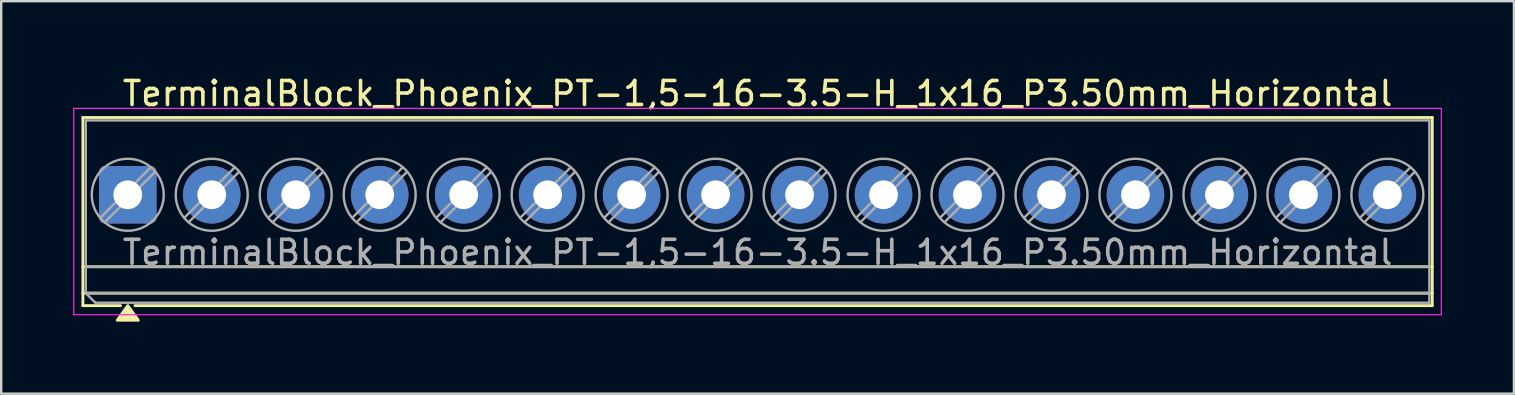
<source format=kicad_pcb>
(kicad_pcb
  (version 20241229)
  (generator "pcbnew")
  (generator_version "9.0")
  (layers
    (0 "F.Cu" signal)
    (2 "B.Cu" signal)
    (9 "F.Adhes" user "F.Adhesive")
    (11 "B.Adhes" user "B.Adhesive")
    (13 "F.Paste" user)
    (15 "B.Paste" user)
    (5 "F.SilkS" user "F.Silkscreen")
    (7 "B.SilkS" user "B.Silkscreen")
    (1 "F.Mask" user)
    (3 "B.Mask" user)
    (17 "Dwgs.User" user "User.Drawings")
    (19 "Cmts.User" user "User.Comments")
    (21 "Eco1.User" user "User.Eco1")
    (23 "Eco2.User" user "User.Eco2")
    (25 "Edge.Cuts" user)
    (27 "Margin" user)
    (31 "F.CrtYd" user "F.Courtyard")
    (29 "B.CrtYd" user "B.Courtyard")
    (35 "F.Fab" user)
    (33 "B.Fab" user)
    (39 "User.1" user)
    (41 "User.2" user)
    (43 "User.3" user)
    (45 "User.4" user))
  (footprint "TerminalBlock_Phoenix_PT-1,5-16-3.5-H_1x16_P3.50mm_Horizontal"
    (layer "F.Cu")
    (at 2.275 5.068)
    (property "Reference" "TerminalBlock_Phoenix_PT-1,5-16-3.5-H_1x16_P3.50mm_Horizontal" (at 26.25 -4.22 0) (layer "F.SilkS") (effects (font (size 1 1) (thickness 0.15))))
    (attr through_hole)
    (fp_line (start -1.87 -3.22) (end -1.87 4.62) (stroke (width 0.12) (type solid)) (layer "F.SilkS"))
    (fp_line (start -1.87 -3.22) (end 54.37 -3.22) (stroke (width 0.12) (type solid)) (layer "F.SilkS"))
    (fp_line (start -1.87 3) (end 54.37 3) (stroke (width 0.12) (type solid)) (layer "F.SilkS"))
    (fp_line (start -1.87 4.1) (end 54.37 4.1) (stroke (width 0.12) (type solid)) (layer "F.SilkS"))
    (fp_line (start -1.87 4.62) (end -0.3 4.62) (stroke (width 0.12) (type solid)) (layer "F.SilkS"))
    (fp_line (start 0.3 4.62) (end 54.37 4.62) (stroke (width 0.12) (type solid)) (layer "F.SilkS"))
    (fp_line (start 54.37 -3.22) (end 54.37 4.62) (stroke (width 0.12) (type solid)) (layer "F.SilkS"))
    (fp_poly (pts (xy 0 4.62) (xy 0.44 5.23) (xy -0.44 5.23)) (stroke (width 0.12) (type solid)) (fill yes) (layer "F.SilkS"))
    (fp_line (start -2.25 -3.6) (end -2.25 5) (stroke (width 0.05) (type solid)) (layer "F.CrtYd"))
    (fp_line (start -2.25 5) (end 54.75 5) (stroke (width 0.05) (type solid)) (layer "F.CrtYd"))
    (fp_line (start 54.75 -3.6) (end -2.25 -3.6) (stroke (width 0.05) (type solid)) (layer "F.CrtYd"))
    (fp_line (start 54.75 5) (end 54.75 -3.6) (stroke (width 0.05) (type solid)) (layer "F.CrtYd"))
    (fp_line (start -1.75 -3.1) (end 54.25 -3.1) (stroke (width 0.1) (type solid)) (layer "F.Fab"))
    (fp_line (start -1.75 3) (end 54.25 3) (stroke (width 0.1) (type solid)) (layer "F.Fab"))
    (fp_line (start -1.75 4.1) (end -1.75 -3.1) (stroke (width 0.1) (type solid)) (layer "F.Fab"))
    (fp_line (start -1.75 4.1) (end 54.25 4.1) (stroke (width 0.1) (type solid)) (layer "F.Fab"))
    (fp_line (start -1.35 4.5) (end -1.75 4.1) (stroke (width 0.1) (type solid)) (layer "F.Fab"))
    (fp_line (start 0.955 -1.138) (end -1.138 0.954) (stroke (width 0.1) (type solid)) (layer "F.Fab"))
    (fp_line (start 1.138 -0.954) (end -0.955 1.137) (stroke (width 0.1) (type solid)) (layer "F.Fab"))
    (fp_line (start 4.455 -1.138) (end 2.362 0.954) (stroke (width 0.1) (type solid)) (layer "F.Fab"))
    (fp_line (start 4.638 -0.954) (end 2.545 1.137) (stroke (width 0.1) (type solid)) (layer "F.Fab"))
    (fp_line (start 7.955 -1.138) (end 5.862 0.954) (stroke (width 0.1) (type solid)) (layer "F.Fab"))
    (fp_line (start 8.138 -0.954) (end 6.045 1.137) (stroke (width 0.1) (type solid)) (layer "F.Fab"))
    (fp_line (start 11.455 -1.138) (end 9.362 0.954) (stroke (width 0.1) (type solid)) (layer "F.Fab"))
    (fp_line (start 11.638 -0.954) (end 9.545 1.137) (stroke (width 0.1) (type solid)) (layer "F.Fab"))
    (fp_line (start 14.955 -1.138) (end 12.862 0.954) (stroke (width 0.1) (type solid)) (layer "F.Fab"))
    (fp_line (start 15.138 -0.954) (end 13.045 1.137) (stroke (width 0.1) (type solid)) (layer "F.Fab"))
    (fp_line (start 18.455 -1.138) (end 16.362 0.954) (stroke (width 0.1) (type solid)) (layer "F.Fab"))
    (fp_line (start 18.638 -0.954) (end 16.545 1.137) (stroke (width 0.1) (type solid)) (layer "F.Fab"))
    (fp_line (start 21.955 -1.138) (end 19.862 0.954) (stroke (width 0.1) (type solid)) (layer "F.Fab"))
    (fp_line (start 22.138 -0.954) (end 20.045 1.137) (stroke (width 0.1) (type solid)) (layer "F.Fab"))
    (fp_line (start 25.455 -1.138) (end 23.362 0.954) (stroke (width 0.1) (type solid)) (layer "F.Fab"))
    (fp_line (start 25.638 -0.954) (end 23.545 1.137) (stroke (width 0.1) (type solid)) (layer "F.Fab"))
    (fp_line (start 28.955 -1.138) (end 26.862 0.954) (stroke (width 0.1) (type solid)) (layer "F.Fab"))
    (fp_line (start 29.138 -0.954) (end 27.045 1.137) (stroke (width 0.1) (type solid)) (layer "F.Fab"))
    (fp_line (start 32.455 -1.138) (end 30.362 0.954) (stroke (width 0.1) (type solid)) (layer "F.Fab"))
    (fp_line (start 32.638 -0.954) (end 30.545 1.137) (stroke (width 0.1) (type solid)) (layer "F.Fab"))
    (fp_line (start 35.955 -1.138) (end 33.862 0.954) (stroke (width 0.1) (type solid)) (layer "F.Fab"))
    (fp_line (start 36.138 -0.954) (end 34.045 1.137) (stroke (width 0.1) (type solid)) (layer "F.Fab"))
    (fp_line (start 39.455 -1.138) (end 37.362 0.954) (stroke (width 0.1) (type solid)) (layer "F.Fab"))
    (fp_line (start 39.638 -0.954) (end 37.545 1.137) (stroke (width 0.1) (type solid)) (layer "F.Fab"))
    (fp_line (start 42.955 -1.138) (end 40.862 0.954) (stroke (width 0.1) (type solid)) (layer "F.Fab"))
    (fp_line (start 43.138 -0.954) (end 41.045 1.137) (stroke (width 0.1) (type solid)) (layer "F.Fab"))
    (fp_line (start 46.455 -1.138) (end 44.362 0.954) (stroke (width 0.1) (type solid)) (layer "F.Fab"))
    (fp_line (start 46.638 -0.954) (end 44.545 1.137) (stroke (width 0.1) (type solid)) (layer "F.Fab"))
    (fp_line (start 49.955 -1.138) (end 47.862 0.954) (stroke (width 0.1) (type solid)) (layer "F.Fab"))
    (fp_line (start 50.138 -0.954) (end 48.045 1.137) (stroke (width 0.1) (type solid)) (layer "F.Fab"))
    (fp_line (start 53.455 -1.138) (end 51.362 0.954) (stroke (width 0.1) (type solid)) (layer "F.Fab"))
    (fp_line (start 53.638 -0.954) (end 51.545 1.137) (stroke (width 0.1) (type solid)) (layer "F.Fab"))
    (fp_line (start 54.25 -3.1) (end 54.25 4.5) (stroke (width 0.1) (type solid)) (layer "F.Fab"))
    (fp_line (start 54.25 4.5) (end -1.35 4.5) (stroke (width 0.1) (type solid)) (layer "F.Fab"))
    (fp_circle (center 0 0) (end 1.5 0) (stroke (width 0.1) (type solid)) (fill no) (layer "F.Fab"))
    (fp_circle (center 3.5 0) (end 5 0) (stroke (width 0.1) (type solid)) (fill no) (layer "F.Fab"))
    (fp_circle (center 7 0) (end 8.5 0) (stroke (width 0.1) (type solid)) (fill no) (layer "F.Fab"))
    (fp_circle (center 10.5 0) (end 12 0) (stroke (width 0.1) (type solid)) (fill no) (layer "F.Fab"))
    (fp_circle (center 14 0) (end 15.5 0) (stroke (width 0.1) (type solid)) (fill no) (layer "F.Fab"))
    (fp_circle (center 17.5 0) (end 19 0) (stroke (width 0.1) (type solid)) (fill no) (layer "F.Fab"))
    (fp_circle (center 21 0) (end 22.5 0) (stroke (width 0.1) (type solid)) (fill no) (layer "F.Fab"))
    (fp_circle (center 24.5 0) (end 26 0) (stroke (width 0.1) (type solid)) (fill no) (layer "F.Fab"))
    (fp_circle (center 28 0) (end 29.5 0) (stroke (width 0.1) (type solid)) (fill no) (layer "F.Fab"))
    (fp_circle (center 31.5 0) (end 33 0) (stroke (width 0.1) (type solid)) (fill no) (layer "F.Fab"))
    (fp_circle (center 35 0) (end 36.5 0) (stroke (width 0.1) (type solid)) (fill no) (layer "F.Fab"))
    (fp_circle (center 38.5 0) (end 40 0) (stroke (width 0.1) (type solid)) (fill no) (layer "F.Fab"))
    (fp_circle (center 42 0) (end 43.5 0) (stroke (width 0.1) (type solid)) (fill no) (layer "F.Fab"))
    (fp_circle (center 45.5 0) (end 47 0) (stroke (width 0.1) (type solid)) (fill no) (layer "F.Fab"))
    (fp_circle (center 49 0) (end 50.5 0) (stroke (width 0.1) (type solid)) (fill no) (layer "F.Fab"))
    (fp_circle (center 52.5 0) (end 54 0) (stroke (width 0.1) (type solid)) (fill no) (layer "F.Fab"))
    (fp_text user "${REFERENCE}" (at 26.25 2.4 0) (layer "F.Fab") (effects (font (size 1 1) (thickness 0.15))))
    (pad "1" thru_hole roundrect (at 0 0) (size 2.4 2.4) (drill 1.2) (layers "*.Cu" "*.Mask") (roundrect_rratio 0.104))
    (pad "2" thru_hole circle (at 3.5 0) (size 2.4 2.4) (drill 1.2) (layers "*.Cu" "*.Mask"))
    (pad "3" thru_hole circle (at 7 0) (size 2.4 2.4) (drill 1.2) (layers "*.Cu" "*.Mask"))
    (pad "4" thru_hole circle (at 10.5 0) (size 2.4 2.4) (drill 1.2) (layers "*.Cu" "*.Mask"))
    (pad "5" thru_hole circle (at 14 0) (size 2.4 2.4) (drill 1.2) (layers "*.Cu" "*.Mask"))
    (pad "6" thru_hole circle (at 17.5 0) (size 2.4 2.4) (drill 1.2) (layers "*.Cu" "*.Mask"))
    (pad "7" thru_hole circle (at 21 0) (size 2.4 2.4) (drill 1.2) (layers "*.Cu" "*.Mask"))
    (pad "8" thru_hole circle (at 24.5 0) (size 2.4 2.4) (drill 1.2) (layers "*.Cu" "*.Mask"))
    (pad "9" thru_hole circle (at 28 0) (size 2.4 2.4) (drill 1.2) (layers "*.Cu" "*.Mask"))
    (pad "10" thru_hole circle (at 31.5 0) (size 2.4 2.4) (drill 1.2) (layers "*.Cu" "*.Mask"))
    (pad "11" thru_hole circle (at 35 0) (size 2.4 2.4) (drill 1.2) (layers "*.Cu" "*.Mask"))
    (pad "12" thru_hole circle (at 38.5 0) (size 2.4 2.4) (drill 1.2) (layers "*.Cu" "*.Mask"))
    (pad "13" thru_hole circle (at 42 0) (size 2.4 2.4) (drill 1.2) (layers "*.Cu" "*.Mask"))
    (pad "14" thru_hole circle (at 45.5 0) (size 2.4 2.4) (drill 1.2) (layers "*.Cu" "*.Mask"))
    (pad "15" thru_hole circle (at 49 0) (size 2.4 2.4) (drill 1.2) (layers "*.Cu" "*.Mask"))
    (pad "16" thru_hole circle (at 52.5 0) (size 2.4 2.4) (drill 1.2) (layers "*.Cu" "*.Mask")))
  (gr_rect
    (start -3 -3)
    (end 60.05 13.358)
    (stroke (width 0.1) (type default))
    (fill no)
    (layer "Edge.Cuts")))
</source>
